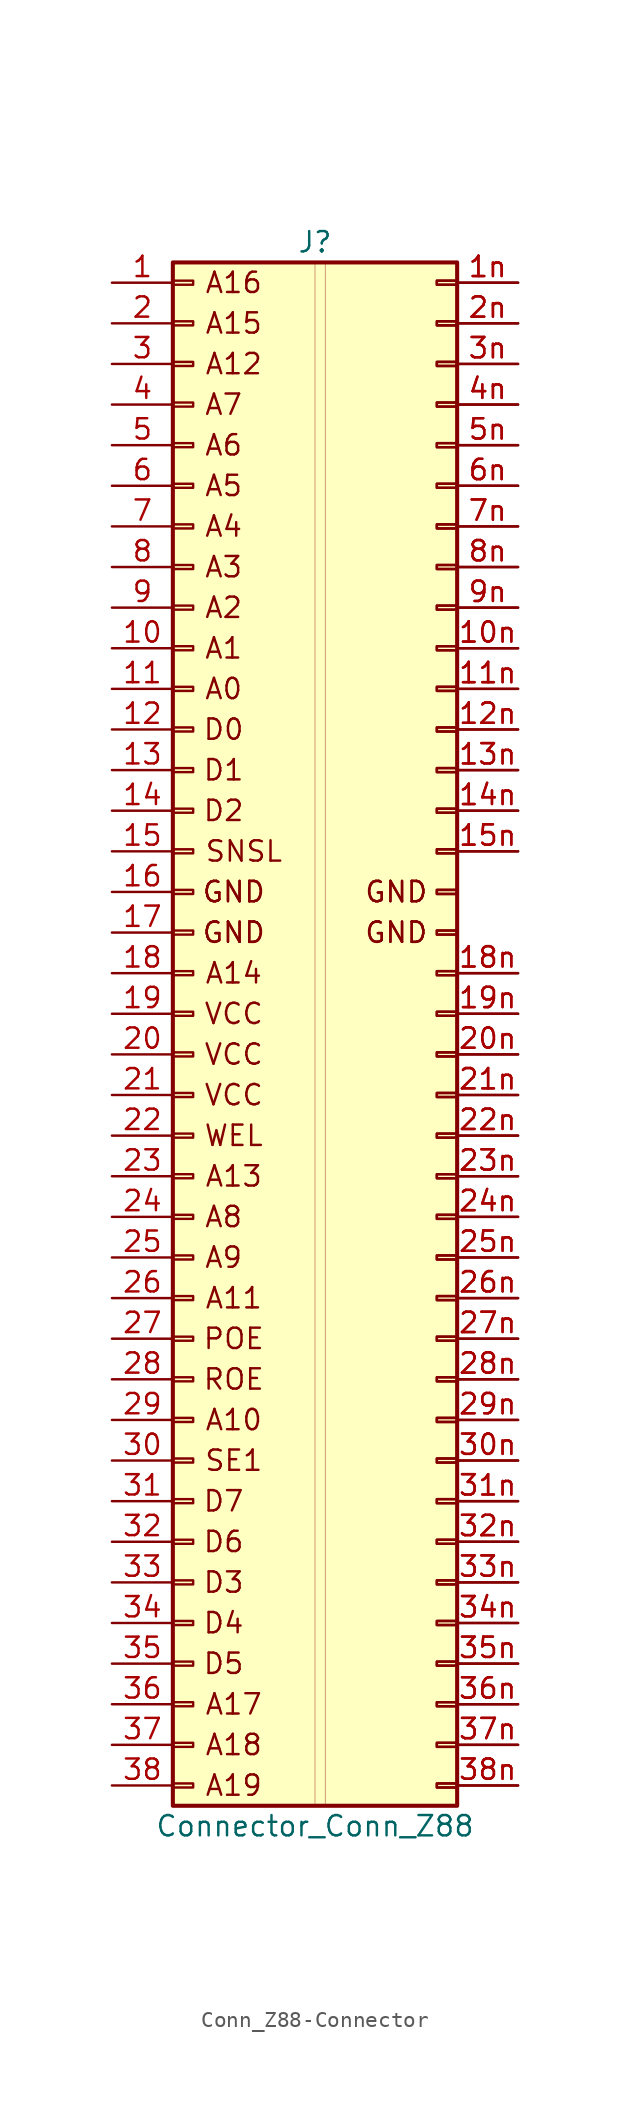
<source format=kicad_sym>
(kicad_symbol_lib
  (version 20220914)
  (generator kicad_symbol_editor)
  (symbol "Conn_Z88-Connector"
    (pin_names
      (offset 1.016) hide)
    (property "Reference" "J"
      (at 8.89 1.27 0)
      (effects (font (size 1.27 1.27))))
    (property "Value" "Connector_Conn_Z88"
      (at 8.89 -97.79 0)
      (effects (font (size 1.27 1.27))))
    (symbol "Conn_Z88-Connector_0_0"
      (text "GND" (at 13.97 -39.37 0) (effects (font (size 1.27 1.27))))
      (text "GND" (at 13.97 -39.37 0) (effects (font (size 1.27 1.27))))
      (text "WEL" (at 3.81 -54.61 0) (effects (font (size 1.27 1.27)))))
    (symbol "Conn_Z88-Connector_1_1"
      (rectangle (start 0 -95.123) (end 1.27 -95.377) (stroke (width 0.152) (type solid)) (fill (type none)))
      (rectangle (start 0 -92.583) (end 1.27 -92.837) (stroke (width 0.152) (type solid)) (fill (type none)))
      (rectangle (start 0 -90.043) (end 1.27 -90.297) (stroke (width 0.152) (type solid)) (fill (type none)))
      (rectangle (start 0 -87.503) (end 1.27 -87.757) (stroke (width 0.152) (type solid)) (fill (type none)))
      (rectangle (start 0 -84.963) (end 1.27 -85.217) (stroke (width 0.152) (type solid)) (fill (type none)))
      (rectangle (start 0 -82.423) (end 1.27 -82.677) (stroke (width 0.152) (type solid)) (fill (type none)))
      (rectangle (start 0 -79.883) (end 1.27 -80.137) (stroke (width 0.152) (type solid)) (fill (type none)))
      (rectangle (start 0 -77.343) (end 1.27 -77.597) (stroke (width 0.152) (type solid)) (fill (type none)))
      (rectangle (start 0 -74.803) (end 1.27 -75.057) (stroke (width 0.152) (type solid)) (fill (type none)))
      (rectangle (start 0 -72.263) (end 1.27 -72.517) (stroke (width 0.152) (type solid)) (fill (type none)))
      (rectangle (start 0 -69.723) (end 1.27 -69.977) (stroke (width 0.152) (type solid)) (fill (type none)))
      (rectangle (start 0 -67.183) (end 1.27 -67.437) (stroke (width 0.152) (type solid)) (fill (type none)))
      (rectangle (start 0 -64.643) (end 1.27 -64.897) (stroke (width 0.152) (type solid)) (fill (type none)))
      (rectangle (start 0 -62.103) (end 1.27 -62.357) (stroke (width 0.152) (type solid)) (fill (type none)))
      (rectangle (start 0 -59.563) (end 1.27 -59.817) (stroke (width 0.152) (type solid)) (fill (type none)))
      (rectangle (start 0 -57.023) (end 1.27 -57.277) (stroke (width 0.152) (type solid)) (fill (type none)))
      (rectangle (start 0 -54.483) (end 1.27 -54.737) (stroke (width 0.152) (type solid)) (fill (type none)))
      (rectangle (start 0 -51.943) (end 1.27 -52.197) (stroke (width 0.152) (type solid)) (fill (type none)))
      (rectangle (start 0 -49.403) (end 1.27 -49.657) (stroke (width 0.152) (type solid)) (fill (type none)))
      (rectangle (start 0 -46.863) (end 1.27 -47.117) (stroke (width 0.152) (type solid)) (fill (type none)))
      (rectangle (start 0 -44.323) (end 1.27 -44.577) (stroke (width 0.152) (type solid)) (fill (type none)))
      (rectangle (start 0 -41.783) (end 1.27 -42.037) (stroke (width 0.152) (type solid)) (fill (type none)))
      (rectangle (start 0 -39.243) (end 1.27 -39.497) (stroke (width 0.152) (type solid)) (fill (type none)))
      (rectangle (start 0 -36.703) (end 1.27 -36.957) (stroke (width 0.152) (type solid)) (fill (type none)))
      (rectangle (start 0 -34.163) (end 1.27 -34.417) (stroke (width 0.152) (type solid)) (fill (type none)))
      (rectangle (start 0 -31.623) (end 1.27 -31.877) (stroke (width 0.152) (type solid)) (fill (type none)))
      (rectangle (start 0 -29.083) (end 1.27 -29.337) (stroke (width 0.152) (type solid)) (fill (type none)))
      (rectangle (start 0 -26.543) (end 1.27 -26.797) (stroke (width 0.152) (type solid)) (fill (type none)))
      (rectangle (start 0 -24.003) (end 1.27 -24.257) (stroke (width 0.152) (type solid)) (fill (type none)))
      (rectangle (start 0 -21.463) (end 1.27 -21.717) (stroke (width 0.152) (type solid)) (fill (type none)))
      (rectangle (start 0 -18.923) (end 1.27 -19.177) (stroke (width 0.152) (type solid)) (fill (type none)))
      (rectangle (start 0 -16.383) (end 1.27 -16.637) (stroke (width 0.152) (type solid)) (fill (type none)))
      (rectangle (start 0 -13.843) (end 1.27 -14.097) (stroke (width 0.152) (type solid)) (fill (type none)))
      (rectangle (start 0 -11.303) (end 1.27 -11.557) (stroke (width 0.152) (type solid)) (fill (type none)))
      (rectangle (start 0 -8.763) (end 1.27 -9.017) (stroke (width 0.152) (type solid)) (fill (type none)))
      (rectangle (start 0 -6.223) (end 1.27 -6.477) (stroke (width 0.152) (type solid)) (fill (type none)))
      (rectangle (start 0 -3.683) (end 1.27 -3.937) (stroke (width 0.152) (type solid)) (fill (type none)))
      (rectangle (start 0 -1.143) (end 1.27 -1.397) (stroke (width 0.152) (type solid)) (fill (type none)))
      (rectangle (start 0 0) (end 17.78 -96.52) (stroke (width 0.254) (type solid)) (fill (type background)))
      (rectangle (start 8.89 0) (end 9.525 -96.52) (stroke (width 0.025) (type solid)) (fill (type background)))
      (rectangle (start 17.78 -95.123) (end 16.51 -95.377) (stroke (width 0.152) (type solid)) (fill (type none)))
      (rectangle (start 17.78 -95.123) (end 16.51 -95.377) (stroke (width 0.152) (type solid)) (fill (type none)))
      (rectangle (start 17.78 -92.583) (end 16.51 -92.837) (stroke (width 0.152) (type solid)) (fill (type none)))
      (rectangle (start 17.78 -92.583) (end 16.51 -92.837) (stroke (width 0.152) (type solid)) (fill (type none)))
      (rectangle (start 17.78 -90.043) (end 16.51 -90.297) (stroke (width 0.152) (type solid)) (fill (type none)))
      (rectangle (start 17.78 -90.043) (end 16.51 -90.297) (stroke (width 0.152) (type solid)) (fill (type none)))
      (rectangle (start 17.78 -87.503) (end 16.51 -87.757) (stroke (width 0.152) (type solid)) (fill (type none)))
      (rectangle (start 17.78 -87.503) (end 16.51 -87.757) (stroke (width 0.152) (type solid)) (fill (type none)))
      (rectangle (start 17.78 -84.963) (end 16.51 -85.217) (stroke (width 0.152) (type solid)) (fill (type none)))
      (rectangle (start 17.78 -84.963) (end 16.51 -85.217) (stroke (width 0.152) (type solid)) (fill (type none)))
      (rectangle (start 17.78 -82.423) (end 16.51 -82.677) (stroke (width 0.152) (type solid)) (fill (type none)))
      (rectangle (start 17.78 -82.423) (end 16.51 -82.677) (stroke (width 0.152) (type solid)) (fill (type none)))
      (rectangle (start 17.78 -79.883) (end 16.51 -80.137) (stroke (width 0.152) (type solid)) (fill (type none)))
      (rectangle (start 17.78 -79.883) (end 16.51 -80.137) (stroke (width 0.152) (type solid)) (fill (type none)))
      (rectangle (start 17.78 -77.343) (end 16.51 -77.597) (stroke (width 0.152) (type solid)) (fill (type none)))
      (rectangle (start 17.78 -77.343) (end 16.51 -77.597) (stroke (width 0.152) (type solid)) (fill (type none)))
      (rectangle (start 17.78 -74.803) (end 16.51 -75.057) (stroke (width 0.152) (type solid)) (fill (type none)))
      (rectangle (start 17.78 -74.803) (end 16.51 -75.057) (stroke (width 0.152) (type solid)) (fill (type none)))
      (rectangle (start 17.78 -72.263) (end 16.51 -72.517) (stroke (width 0.152) (type solid)) (fill (type none)))
      (rectangle (start 17.78 -72.263) (end 16.51 -72.517) (stroke (width 0.152) (type solid)) (fill (type none)))
      (rectangle (start 17.78 -69.723) (end 16.51 -69.977) (stroke (width 0.152) (type solid)) (fill (type none)))
      (rectangle (start 17.78 -69.723) (end 16.51 -69.977) (stroke (width 0.152) (type solid)) (fill (type none)))
      (rectangle (start 17.78 -67.183) (end 16.51 -67.437) (stroke (width 0.152) (type solid)) (fill (type none)))
      (rectangle (start 17.78 -67.183) (end 16.51 -67.437) (stroke (width 0.152) (type solid)) (fill (type none)))
      (rectangle (start 17.78 -64.643) (end 16.51 -64.897) (stroke (width 0.152) (type solid)) (fill (type none)))
      (rectangle (start 17.78 -64.643) (end 16.51 -64.897) (stroke (width 0.152) (type solid)) (fill (type none)))
      (rectangle (start 17.78 -62.103) (end 16.51 -62.357) (stroke (width 0.152) (type solid)) (fill (type none)))
      (rectangle (start 17.78 -62.103) (end 16.51 -62.357) (stroke (width 0.152) (type solid)) (fill (type none)))
      (rectangle (start 17.78 -59.563) (end 16.51 -59.817) (stroke (width 0.152) (type solid)) (fill (type none)))
      (rectangle (start 17.78 -59.563) (end 16.51 -59.817) (stroke (width 0.152) (type solid)) (fill (type none)))
      (rectangle (start 17.78 -57.023) (end 16.51 -57.277) (stroke (width 0.152) (type solid)) (fill (type none)))
      (rectangle (start 17.78 -57.023) (end 16.51 -57.277) (stroke (width 0.152) (type solid)) (fill (type none)))
      (rectangle (start 17.78 -54.483) (end 16.51 -54.737) (stroke (width 0.152) (type solid)) (fill (type none)))
      (rectangle (start 17.78 -54.483) (end 16.51 -54.737) (stroke (width 0.152) (type solid)) (fill (type none)))
      (rectangle (start 17.78 -51.943) (end 16.51 -52.197) (stroke (width 0.152) (type solid)) (fill (type none)))
      (rectangle (start 17.78 -51.943) (end 16.51 -52.197) (stroke (width 0.152) (type solid)) (fill (type none)))
      (rectangle (start 17.78 -49.403) (end 16.51 -49.657) (stroke (width 0.152) (type solid)) (fill (type none)))
      (rectangle (start 17.78 -49.403) (end 16.51 -49.657) (stroke (width 0.152) (type solid)) (fill (type none)))
      (rectangle (start 17.78 -46.863) (end 16.51 -47.117) (stroke (width 0.152) (type solid)) (fill (type none)))
      (rectangle (start 17.78 -46.863) (end 16.51 -47.117) (stroke (width 0.152) (type solid)) (fill (type none)))
      (rectangle (start 17.78 -44.323) (end 16.51 -44.577) (stroke (width 0.152) (type solid)) (fill (type none)))
      (rectangle (start 17.78 -44.323) (end 16.51 -44.577) (stroke (width 0.152) (type solid)) (fill (type none)))
      (rectangle (start 17.78 -41.783) (end 16.51 -42.037) (stroke (width 0.152) (type solid)) (fill (type none)))
      (rectangle (start 17.78 -41.783) (end 16.51 -42.037) (stroke (width 0.152) (type solid)) (fill (type none)))
      (rectangle (start 17.78 -39.243) (end 16.51 -39.497) (stroke (width 0.152) (type solid)) (fill (type none)))
      (rectangle (start 17.78 -39.243) (end 16.51 -39.497) (stroke (width 0.152) (type solid)) (fill (type none)))
      (rectangle (start 17.78 -36.703) (end 16.51 -36.957) (stroke (width 0.152) (type solid)) (fill (type none)))
      (rectangle (start 17.78 -36.703) (end 16.51 -36.957) (stroke (width 0.152) (type solid)) (fill (type none)))
      (rectangle (start 17.78 -34.163) (end 16.51 -34.417) (stroke (width 0.152) (type solid)) (fill (type none)))
      (rectangle (start 17.78 -34.163) (end 16.51 -34.417) (stroke (width 0.152) (type solid)) (fill (type none)))
      (rectangle (start 17.78 -31.623) (end 16.51 -31.877) (stroke (width 0.152) (type solid)) (fill (type none)))
      (rectangle (start 17.78 -31.623) (end 16.51 -31.877) (stroke (width 0.152) (type solid)) (fill (type none)))
      (rectangle (start 17.78 -29.083) (end 16.51 -29.337) (stroke (width 0.152) (type solid)) (fill (type none)))
      (rectangle (start 17.78 -29.083) (end 16.51 -29.337) (stroke (width 0.152) (type solid)) (fill (type none)))
      (rectangle (start 17.78 -26.543) (end 16.51 -26.797) (stroke (width 0.152) (type solid)) (fill (type none)))
      (rectangle (start 17.78 -26.543) (end 16.51 -26.797) (stroke (width 0.152) (type solid)) (fill (type none)))
      (rectangle (start 17.78 -24.003) (end 16.51 -24.257) (stroke (width 0.152) (type solid)) (fill (type none)))
      (rectangle (start 17.78 -24.003) (end 16.51 -24.257) (stroke (width 0.152) (type solid)) (fill (type none)))
      (rectangle (start 17.78 -21.463) (end 16.51 -21.717) (stroke (width 0.152) (type solid)) (fill (type none)))
      (rectangle (start 17.78 -21.463) (end 16.51 -21.717) (stroke (width 0.152) (type solid)) (fill (type none)))
      (rectangle (start 17.78 -18.923) (end 16.51 -19.177) (stroke (width 0.152) (type solid)) (fill (type none)))
      (rectangle (start 17.78 -18.923) (end 16.51 -19.177) (stroke (width 0.152) (type solid)) (fill (type none)))
      (rectangle (start 17.78 -16.383) (end 16.51 -16.637) (stroke (width 0.152) (type solid)) (fill (type none)))
      (rectangle (start 17.78 -16.383) (end 16.51 -16.637) (stroke (width 0.152) (type solid)) (fill (type none)))
      (rectangle (start 17.78 -13.843) (end 16.51 -14.097) (stroke (width 0.152) (type solid)) (fill (type none)))
      (rectangle (start 17.78 -13.843) (end 16.51 -14.097) (stroke (width 0.152) (type solid)) (fill (type none)))
      (rectangle (start 17.78 -11.303) (end 16.51 -11.557) (stroke (width 0.152) (type solid)) (fill (type none)))
      (rectangle (start 17.78 -11.303) (end 16.51 -11.557) (stroke (width 0.152) (type solid)) (fill (type none)))
      (rectangle (start 17.78 -8.763) (end 16.51 -9.017) (stroke (width 0.152) (type solid)) (fill (type none)))
      (rectangle (start 17.78 -8.763) (end 16.51 -9.017) (stroke (width 0.152) (type solid)) (fill (type none)))
      (rectangle (start 17.78 -6.223) (end 16.51 -6.477) (stroke (width 0.152) (type solid)) (fill (type none)))
      (rectangle (start 17.78 -6.223) (end 16.51 -6.477) (stroke (width 0.152) (type solid)) (fill (type none)))
      (rectangle (start 17.78 -3.683) (end 16.51 -3.937) (stroke (width 0.152) (type solid)) (fill (type none)))
      (rectangle (start 17.78 -3.683) (end 16.51 -3.937) (stroke (width 0.152) (type solid)) (fill (type none)))
      (rectangle (start 17.78 -1.143) (end 16.51 -1.397) (stroke (width 0.152) (type solid)) (fill (type none)))
      (rectangle (start 17.78 -1.143) (end 16.51 -1.397) (stroke (width 0.152) (type solid)) (fill (type none)))
      (text "A0" (at 3.175 -26.67 0) (effects (font (size 1.27 1.27))))
      (text "A1" (at 3.175 -24.13 0) (effects (font (size 1.27 1.27))))
      (text "A10" (at 3.81 -72.39 0) (effects (font (size 1.27 1.27))))
      (text "A11" (at 3.81 -64.77 0) (effects (font (size 1.27 1.27))))
      (text "A12" (at 3.81 -6.35 0) (effects (font (size 1.27 1.27))))
      (text "A13" (at 3.81 -57.15 0) (effects (font (size 1.27 1.27))))
      (text "A14" (at 3.81 -44.45 0) (effects (font (size 1.27 1.27))))
      (text "A15" (at 3.81 -3.81 0) (effects (font (size 1.27 1.27))))
      (text "A16" (at 3.81 -1.27 0) (effects (font (size 1.27 1.27))))
      (text "A17" (at 3.81 -90.17 0) (effects (font (size 1.27 1.27))))
      (text "A18" (at 3.81 -92.71 0) (effects (font (size 1.27 1.27))))
      (text "A19" (at 3.81 -95.25 0) (effects (font (size 1.27 1.27))))
      (text "A2" (at 3.175 -21.59 0) (effects (font (size 1.27 1.27))))
      (text "A3" (at 3.175 -19.05 0) (effects (font (size 1.27 1.27))))
      (text "A4" (at 3.175 -16.51 0) (effects (font (size 1.27 1.27))))
      (text "A5" (at 3.175 -13.97 0) (effects (font (size 1.27 1.27))))
      (text "A6" (at 3.175 -11.43 0) (effects (font (size 1.27 1.27))))
      (text "A7" (at 3.175 -8.89 0) (effects (font (size 1.27 1.27))))
      (text "A8" (at 3.175 -59.69 0) (effects (font (size 1.27 1.27))))
      (text "A9" (at 3.175 -62.23 0) (effects (font (size 1.27 1.27))))
      (text "D0" (at 3.175 -29.21 0) (effects (font (size 1.27 1.27))))
      (text "D1" (at 3.175 -31.75 0) (effects (font (size 1.27 1.27))))
      (text "D2" (at 3.175 -34.29 0) (effects (font (size 1.27 1.27))))
      (text "D3" (at 3.175 -82.55 0) (effects (font (size 1.27 1.27))))
      (text "D4" (at 3.175 -85.09 0) (effects (font (size 1.27 1.27))))
      (text "D5" (at 3.175 -87.63 0) (effects (font (size 1.27 1.27))))
      (text "D6" (at 3.175 -80.01 0) (effects (font (size 1.27 1.27))))
      (text "D7" (at 3.175 -77.47 0) (effects (font (size 1.27 1.27))))
      (text "GND" (at 3.81 -41.91 0) (effects (font (size 1.27 1.27))))
      (text "GND" (at 3.81 -41.91 0) (effects (font (size 1.27 1.27))))
      (text "GND" (at 3.81 -39.37 0) (effects (font (size 1.27 1.27))))
      (text "GND" (at 3.81 -39.37 0) (effects (font (size 1.27 1.27))))
      (text "GND" (at 13.97 -41.91 0) (effects (font (size 1.27 1.27))))
      (text "GND" (at 13.97 -41.91 0) (effects (font (size 1.27 1.27))))
      (text "POE" (at 3.81 -67.31 0) (effects (font (size 1.27 1.27))))
      (text "ROE" (at 3.81 -69.85 0) (effects (font (size 1.27 1.27))))
      (text "SE1" (at 3.81 -74.93 0) (effects (font (size 1.27 1.27))))
      (text "SNSL" (at 4.445 -36.83 0) (effects (font (size 1.27 1.27))))
      (text "VCC" (at 3.81 -52.07 0) (effects (font (size 1.27 1.27))))
      (text "VCC" (at 3.81 -49.53 0) (effects (font (size 1.27 1.27))))
      (text "VCC" (at 3.81 -46.99 0) (effects (font (size 1.27 1.27))))
      (pin passive line (at -3.81 -1.27 0) (length 3.81) (name "Pin_1" (effects (font (size 1.27 1.27)))) (number "1" (effects (font (size 1.27 1.27)))))
      (pin passive line (at -3.81 -24.13 0) (length 3.81) (name "Pin_10" (effects (font (size 1.27 1.27)))) (number "10" (effects (font (size 1.27 1.27)))))
      (pin passive line (at 21.59 -24.13 180) (length 3.81) (name "Pin_48" (effects (font (size 1.27 1.27)))) (number "10n" (effects (font (size 1.27 1.27)))))
      (pin passive line (at 21.59 -24.13 180) (length 3.81) (name "Pin_48" (effects (font (size 1.27 1.27)))) (number "10n" (effects (font (size 1.27 1.27)))))
      (pin passive line (at -3.81 -26.67 0) (length 3.81) (name "Pin_11" (effects (font (size 1.27 1.27)))) (number "11" (effects (font (size 1.27 1.27)))))
      (pin passive line (at 21.59 -26.67 180) (length 3.81) (name "Pin_49" (effects (font (size 1.27 1.27)))) (number "11n" (effects (font (size 1.27 1.27)))))
      (pin passive line (at 21.59 -26.67 180) (length 3.81) (name "Pin_49" (effects (font (size 1.27 1.27)))) (number "11n" (effects (font (size 1.27 1.27)))))
      (pin passive line (at -3.81 -29.21 0) (length 3.81) (name "Pin_12" (effects (font (size 1.27 1.27)))) (number "12" (effects (font (size 1.27 1.27)))))
      (pin passive line (at 21.59 -29.21 180) (length 3.81) (name "Pin_50" (effects (font (size 1.27 1.27)))) (number "12n" (effects (font (size 1.27 1.27)))))
      (pin passive line (at 21.59 -29.21 180) (length 3.81) (name "Pin_50" (effects (font (size 1.27 1.27)))) (number "12n" (effects (font (size 1.27 1.27)))))
      (pin passive line (at -3.81 -31.75 0) (length 3.81) (name "Pin_13" (effects (font (size 1.27 1.27)))) (number "13" (effects (font (size 1.27 1.27)))))
      (pin passive line (at 21.59 -31.75 180) (length 3.81) (name "Pin_51" (effects (font (size 1.27 1.27)))) (number "13n" (effects (font (size 1.27 1.27)))))
      (pin passive line (at 21.59 -31.75 180) (length 3.81) (name "Pin_51" (effects (font (size 1.27 1.27)))) (number "13n" (effects (font (size 1.27 1.27)))))
      (pin passive line (at -3.81 -34.29 0) (length 3.81) (name "Pin_14" (effects (font (size 1.27 1.27)))) (number "14" (effects (font (size 1.27 1.27)))))
      (pin passive line (at 21.59 -34.29 180) (length 3.81) (name "Pin_52" (effects (font (size 1.27 1.27)))) (number "14n" (effects (font (size 1.27 1.27)))))
      (pin passive line (at 21.59 -34.29 180) (length 3.81) (name "Pin_52" (effects (font (size 1.27 1.27)))) (number "14n" (effects (font (size 1.27 1.27)))))
      (pin passive line (at -3.81 -36.83 0) (length 3.81) (name "GND" (effects (font (size 1.27 1.27)))) (number "15" (effects (font (size 1.27 1.27)))))
      (pin passive line (at 21.59 -36.83 180) (length 3.81) (name "Pin_53" (effects (font (size 1.27 1.27)))) (number "15n" (effects (font (size 1.27 1.27)))))
      (pin passive line (at 21.59 -36.83 180) (length 3.81) (name "Pin_53" (effects (font (size 1.27 1.27)))) (number "15n" (effects (font (size 1.27 1.27)))))
      (pin passive line (at -3.81 -39.37 0) (length 3.81) (name "GND" (effects (font (size 1.27 1.27)))) (number "16" (effects (font (size 1.27 1.27)))))
      (pin passive line (at -3.81 -41.91 0) (length 3.81) (name "GND" (effects (font (size 1.27 1.27)))) (number "17" (effects (font (size 1.27 1.27)))))
      (pin passive line (at -3.81 -44.45 0) (length 3.81) (name "Pin_18" (effects (font (size 1.27 1.27)))) (number "18" (effects (font (size 1.27 1.27)))))
      (pin passive line (at 21.59 -44.45 180) (length 3.81) (name "Pin_56" (effects (font (size 1.27 1.27)))) (number "18n" (effects (font (size 1.27 1.27)))))
      (pin passive line (at 21.59 -44.45 180) (length 3.81) (name "Pin_56" (effects (font (size 1.27 1.27)))) (number "18n" (effects (font (size 1.27 1.27)))))
      (pin passive line (at -3.81 -46.99 0) (length 3.81) (name "Pin_19" (effects (font (size 1.27 1.27)))) (number "19" (effects (font (size 1.27 1.27)))))
      (pin passive line (at 21.59 -46.99 180) (length 3.81) (name "Pin_57" (effects (font (size 1.27 1.27)))) (number "19n" (effects (font (size 1.27 1.27)))))
      (pin passive line (at 21.59 -46.99 180) (length 3.81) (name "Pin_57" (effects (font (size 1.27 1.27)))) (number "19n" (effects (font (size 1.27 1.27)))))
      (pin passive line (at 21.59 -1.27 180) (length 3.81) (name "Pin_39" (effects (font (size 1.27 1.27)))) (number "1n" (effects (font (size 1.27 1.27)))))
      (pin passive line (at 21.59 -1.27 180) (length 3.81) (name "Pin_39" (effects (font (size 1.27 1.27)))) (number "1n" (effects (font (size 1.27 1.27)))))
      (pin passive line (at -3.81 -3.81 0) (length 3.81) (name "Pin_2" (effects (font (size 1.27 1.27)))) (number "2" (effects (font (size 1.27 1.27)))))
      (pin passive line (at -3.81 -49.53 0) (length 3.81) (name "Pin_20" (effects (font (size 1.27 1.27)))) (number "20" (effects (font (size 1.27 1.27)))))
      (pin passive line (at 21.59 -49.53 180) (length 3.81) (name "Pin_58" (effects (font (size 1.27 1.27)))) (number "20n" (effects (font (size 1.27 1.27)))))
      (pin passive line (at 21.59 -49.53 180) (length 3.81) (name "Pin_58" (effects (font (size 1.27 1.27)))) (number "20n" (effects (font (size 1.27 1.27)))))
      (pin passive line (at -3.81 -52.07 0) (length 3.81) (name "Pin_21" (effects (font (size 1.27 1.27)))) (number "21" (effects (font (size 1.27 1.27)))))
      (pin passive line (at 21.59 -52.07 180) (length 3.81) (name "Pin_59" (effects (font (size 1.27 1.27)))) (number "21n" (effects (font (size 1.27 1.27)))))
      (pin passive line (at 21.59 -52.07 180) (length 3.81) (name "Pin_59" (effects (font (size 1.27 1.27)))) (number "21n" (effects (font (size 1.27 1.27)))))
      (pin passive line (at -3.81 -54.61 0) (length 3.81) (name "Pin_22" (effects (font (size 1.27 1.27)))) (number "22" (effects (font (size 1.27 1.27)))))
      (pin passive line (at 21.59 -54.61 180) (length 3.81) (name "Pin_60" (effects (font (size 1.27 1.27)))) (number "22n" (effects (font (size 1.27 1.27)))))
      (pin passive line (at 21.59 -54.61 180) (length 3.81) (name "Pin_60" (effects (font (size 1.27 1.27)))) (number "22n" (effects (font (size 1.27 1.27)))))
      (pin passive line (at -3.81 -57.15 0) (length 3.81) (name "Pin_23" (effects (font (size 1.27 1.27)))) (number "23" (effects (font (size 1.27 1.27)))))
      (pin passive line (at 21.59 -57.15 180) (length 3.81) (name "Pin_61" (effects (font (size 1.27 1.27)))) (number "23n" (effects (font (size 1.27 1.27)))))
      (pin passive line (at 21.59 -57.15 180) (length 3.81) (name "Pin_61" (effects (font (size 1.27 1.27)))) (number "23n" (effects (font (size 1.27 1.27)))))
      (pin passive line (at -3.81 -59.69 0) (length 3.81) (name "Pin_24" (effects (font (size 1.27 1.27)))) (number "24" (effects (font (size 1.27 1.27)))))
      (pin passive line (at 21.59 -59.69 180) (length 3.81) (name "Pin_62" (effects (font (size 1.27 1.27)))) (number "24n" (effects (font (size 1.27 1.27)))))
      (pin passive line (at 21.59 -59.69 180) (length 3.81) (name "Pin_62" (effects (font (size 1.27 1.27)))) (number "24n" (effects (font (size 1.27 1.27)))))
      (pin passive line (at -3.81 -62.23 0) (length 3.81) (name "Pin_25" (effects (font (size 1.27 1.27)))) (number "25" (effects (font (size 1.27 1.27)))))
      (pin passive line (at 21.59 -62.23 180) (length 3.81) (name "Pin_63" (effects (font (size 1.27 1.27)))) (number "25n" (effects (font (size 1.27 1.27)))))
      (pin passive line (at 21.59 -62.23 180) (length 3.81) (name "Pin_63" (effects (font (size 1.27 1.27)))) (number "25n" (effects (font (size 1.27 1.27)))))
      (pin passive line (at -3.81 -64.77 0) (length 3.81) (name "Pin_26" (effects (font (size 1.27 1.27)))) (number "26" (effects (font (size 1.27 1.27)))))
      (pin passive line (at 21.59 -64.77 180) (length 3.81) (name "Pin_64" (effects (font (size 1.27 1.27)))) (number "26n" (effects (font (size 1.27 1.27)))))
      (pin passive line (at 21.59 -64.77 180) (length 3.81) (name "Pin_64" (effects (font (size 1.27 1.27)))) (number "26n" (effects (font (size 1.27 1.27)))))
      (pin passive line (at -3.81 -67.31 0) (length 3.81) (name "Pin_27" (effects (font (size 1.27 1.27)))) (number "27" (effects (font (size 1.27 1.27)))))
      (pin passive line (at 21.59 -67.31 180) (length 3.81) (name "Pin_65" (effects (font (size 1.27 1.27)))) (number "27n" (effects (font (size 1.27 1.27)))))
      (pin passive line (at 21.59 -67.31 180) (length 3.81) (name "Pin_65" (effects (font (size 1.27 1.27)))) (number "27n" (effects (font (size 1.27 1.27)))))
      (pin passive line (at -3.81 -69.85 0) (length 3.81) (name "Pin_28" (effects (font (size 1.27 1.27)))) (number "28" (effects (font (size 1.27 1.27)))))
      (pin passive line (at 21.59 -69.85 180) (length 3.81) (name "Pin_66" (effects (font (size 1.27 1.27)))) (number "28n" (effects (font (size 1.27 1.27)))))
      (pin passive line (at 21.59 -69.85 180) (length 3.81) (name "Pin_66" (effects (font (size 1.27 1.27)))) (number "28n" (effects (font (size 1.27 1.27)))))
      (pin passive line (at -3.81 -72.39 0) (length 3.81) (name "Pin_29" (effects (font (size 1.27 1.27)))) (number "29" (effects (font (size 1.27 1.27)))))
      (pin passive line (at 21.59 -72.39 180) (length 3.81) (name "Pin_67" (effects (font (size 1.27 1.27)))) (number "29n" (effects (font (size 1.27 1.27)))))
      (pin passive line (at 21.59 -72.39 180) (length 3.81) (name "Pin_67" (effects (font (size 1.27 1.27)))) (number "29n" (effects (font (size 1.27 1.27)))))
      (pin passive line (at 21.59 -3.81 180) (length 3.81) (name "Pin_40" (effects (font (size 1.27 1.27)))) (number "2n" (effects (font (size 1.27 1.27)))))
      (pin passive line (at 21.59 -3.81 180) (length 3.81) (name "Pin_40" (effects (font (size 1.27 1.27)))) (number "2n" (effects (font (size 1.27 1.27)))))
      (pin passive line (at -3.81 -6.35 0) (length 3.81) (name "Pin_3" (effects (font (size 1.27 1.27)))) (number "3" (effects (font (size 1.27 1.27)))))
      (pin passive line (at -3.81 -74.93 0) (length 3.81) (name "Pin_30" (effects (font (size 1.27 1.27)))) (number "30" (effects (font (size 1.27 1.27)))))
      (pin passive line (at 21.59 -74.93 180) (length 3.81) (name "Pin_68" (effects (font (size 1.27 1.27)))) (number "30n" (effects (font (size 1.27 1.27)))))
      (pin passive line (at 21.59 -74.93 180) (length 3.81) (name "Pin_68" (effects (font (size 1.27 1.27)))) (number "30n" (effects (font (size 1.27 1.27)))))
      (pin passive line (at -3.81 -77.47 0) (length 3.81) (name "Pin_31" (effects (font (size 1.27 1.27)))) (number "31" (effects (font (size 1.27 1.27)))))
      (pin passive line (at 21.59 -77.47 180) (length 3.81) (name "Pin_69" (effects (font (size 1.27 1.27)))) (number "31n" (effects (font (size 1.27 1.27)))))
      (pin passive line (at 21.59 -77.47 180) (length 3.81) (name "Pin_69" (effects (font (size 1.27 1.27)))) (number "31n" (effects (font (size 1.27 1.27)))))
      (pin passive line (at -3.81 -80.01 0) (length 3.81) (name "Pin_32" (effects (font (size 1.27 1.27)))) (number "32" (effects (font (size 1.27 1.27)))))
      (pin passive line (at 21.59 -80.01 180) (length 3.81) (name "Pin_70" (effects (font (size 1.27 1.27)))) (number "32n" (effects (font (size 1.27 1.27)))))
      (pin passive line (at 21.59 -80.01 180) (length 3.81) (name "Pin_70" (effects (font (size 1.27 1.27)))) (number "32n" (effects (font (size 1.27 1.27)))))
      (pin passive line (at -3.81 -82.55 0) (length 3.81) (name "Pin_33" (effects (font (size 1.27 1.27)))) (number "33" (effects (font (size 1.27 1.27)))))
      (pin passive line (at 21.59 -82.55 180) (length 3.81) (name "Pin_71" (effects (font (size 1.27 1.27)))) (number "33n" (effects (font (size 1.27 1.27)))))
      (pin passive line (at 21.59 -82.55 180) (length 3.81) (name "Pin_71" (effects (font (size 1.27 1.27)))) (number "33n" (effects (font (size 1.27 1.27)))))
      (pin passive line (at -3.81 -85.09 0) (length 3.81) (name "Pin_34" (effects (font (size 1.27 1.27)))) (number "34" (effects (font (size 1.27 1.27)))))
      (pin passive line (at 21.59 -85.09 180) (length 3.81) (name "Pin_72" (effects (font (size 1.27 1.27)))) (number "34n" (effects (font (size 1.27 1.27)))))
      (pin passive line (at 21.59 -85.09 180) (length 3.81) (name "Pin_72" (effects (font (size 1.27 1.27)))) (number "34n" (effects (font (size 1.27 1.27)))))
      (pin passive line (at -3.81 -87.63 0) (length 3.81) (name "Pin_35" (effects (font (size 1.27 1.27)))) (number "35" (effects (font (size 1.27 1.27)))))
      (pin passive line (at 21.59 -87.63 180) (length 3.81) (name "Pin_73" (effects (font (size 1.27 1.27)))) (number "35n" (effects (font (size 1.27 1.27)))))
      (pin passive line (at 21.59 -87.63 180) (length 3.81) (name "Pin_73" (effects (font (size 1.27 1.27)))) (number "35n" (effects (font (size 1.27 1.27)))))
      (pin passive line (at -3.81 -90.17 0) (length 3.81) (name "Pin_36" (effects (font (size 1.27 1.27)))) (number "36" (effects (font (size 1.27 1.27)))))
      (pin passive line (at 21.59 -90.17 180) (length 3.81) (name "Pin_74" (effects (font (size 1.27 1.27)))) (number "36n" (effects (font (size 1.27 1.27)))))
      (pin passive line (at 21.59 -90.17 180) (length 3.81) (name "Pin_74" (effects (font (size 1.27 1.27)))) (number "36n" (effects (font (size 1.27 1.27)))))
      (pin passive line (at -3.81 -92.71 0) (length 3.81) (name "Pin_37" (effects (font (size 1.27 1.27)))) (number "37" (effects (font (size 1.27 1.27)))))
      (pin passive line (at 21.59 -92.71 180) (length 3.81) (name "Pin_75" (effects (font (size 1.27 1.27)))) (number "37n" (effects (font (size 1.27 1.27)))))
      (pin passive line (at 21.59 -92.71 180) (length 3.81) (name "Pin_75" (effects (font (size 1.27 1.27)))) (number "37n" (effects (font (size 1.27 1.27)))))
      (pin passive line (at -3.81 -95.25 0) (length 3.81) (name "Pin_38" (effects (font (size 1.27 1.27)))) (number "38" (effects (font (size 1.27 1.27)))))
      (pin passive line (at 21.59 -95.25 180) (length 3.81) (name "Pin_76" (effects (font (size 1.27 1.27)))) (number "38n" (effects (font (size 1.27 1.27)))))
      (pin passive line (at 21.59 -95.25 180) (length 3.81) (name "Pin_76" (effects (font (size 1.27 1.27)))) (number "38n" (effects (font (size 1.27 1.27)))))
      (pin passive line (at 21.59 -6.35 180) (length 3.81) (name "Pin_41" (effects (font (size 1.27 1.27)))) (number "3n" (effects (font (size 1.27 1.27)))))
      (pin passive line (at 21.59 -6.35 180) (length 3.81) (name "Pin_41" (effects (font (size 1.27 1.27)))) (number "3n" (effects (font (size 1.27 1.27)))))
      (pin passive line (at -3.81 -8.89 0) (length 3.81) (name "Pin_4" (effects (font (size 1.27 1.27)))) (number "4" (effects (font (size 1.27 1.27)))))
      (pin passive line (at 21.59 -8.89 180) (length 3.81) (name "Pin_42" (effects (font (size 1.27 1.27)))) (number "4n" (effects (font (size 1.27 1.27)))))
      (pin passive line (at 21.59 -8.89 180) (length 3.81) (name "Pin_42" (effects (font (size 1.27 1.27)))) (number "4n" (effects (font (size 1.27 1.27)))))
      (pin passive line (at -3.81 -11.43 0) (length 3.81) (name "Pin_5" (effects (font (size 1.27 1.27)))) (number "5" (effects (font (size 1.27 1.27)))))
      (pin passive line (at 21.59 -11.43 180) (length 3.81) (name "Pin_43" (effects (font (size 1.27 1.27)))) (number "5n" (effects (font (size 1.27 1.27)))))
      (pin passive line (at 21.59 -11.43 180) (length 3.81) (name "Pin_43" (effects (font (size 1.27 1.27)))) (number "5n" (effects (font (size 1.27 1.27)))))
      (pin passive line (at -3.81 -13.97 0) (length 3.81) (name "Pin_6" (effects (font (size 1.27 1.27)))) (number "6" (effects (font (size 1.27 1.27)))))
      (pin passive line (at 21.59 -13.97 180) (length 3.81) (name "Pin_44" (effects (font (size 1.27 1.27)))) (number "6n" (effects (font (size 1.27 1.27)))))
      (pin passive line (at 21.59 -13.97 180) (length 3.81) (name "Pin_44" (effects (font (size 1.27 1.27)))) (number "6n" (effects (font (size 1.27 1.27)))))
      (pin passive line (at -3.81 -16.51 0) (length 3.81) (name "Pin_7" (effects (font (size 1.27 1.27)))) (number "7" (effects (font (size 1.27 1.27)))))
      (pin passive line (at 21.59 -16.51 180) (length 3.81) (name "Pin_45" (effects (font (size 1.27 1.27)))) (number "7n" (effects (font (size 1.27 1.27)))))
      (pin passive line (at 21.59 -16.51 180) (length 3.81) (name "Pin_45" (effects (font (size 1.27 1.27)))) (number "7n" (effects (font (size 1.27 1.27)))))
      (pin passive line (at -3.81 -19.05 0) (length 3.81) (name "Pin_8" (effects (font (size 1.27 1.27)))) (number "8" (effects (font (size 1.27 1.27)))))
      (pin passive line (at 21.59 -19.05 180) (length 3.81) (name "Pin_46" (effects (font (size 1.27 1.27)))) (number "8n" (effects (font (size 1.27 1.27)))))
      (pin passive line (at 21.59 -19.05 180) (length 3.81) (name "Pin_46" (effects (font (size 1.27 1.27)))) (number "8n" (effects (font (size 1.27 1.27)))))
      (pin passive line (at -3.81 -21.59 0) (length 3.81) (name "Pin_9" (effects (font (size 1.27 1.27)))) (number "9" (effects (font (size 1.27 1.27)))))
      (pin passive line (at 21.59 -21.59 180) (length 3.81) (name "Pin_47" (effects (font (size 1.27 1.27)))) (number "9n" (effects (font (size 1.27 1.27)))))
      (pin passive line (at 21.59 -21.59 180) (length 3.81) (name "Pin_47" (effects (font (size 1.27 1.27)))) (number "9n" (effects (font (size 1.27 1.27))))))))
</source>
